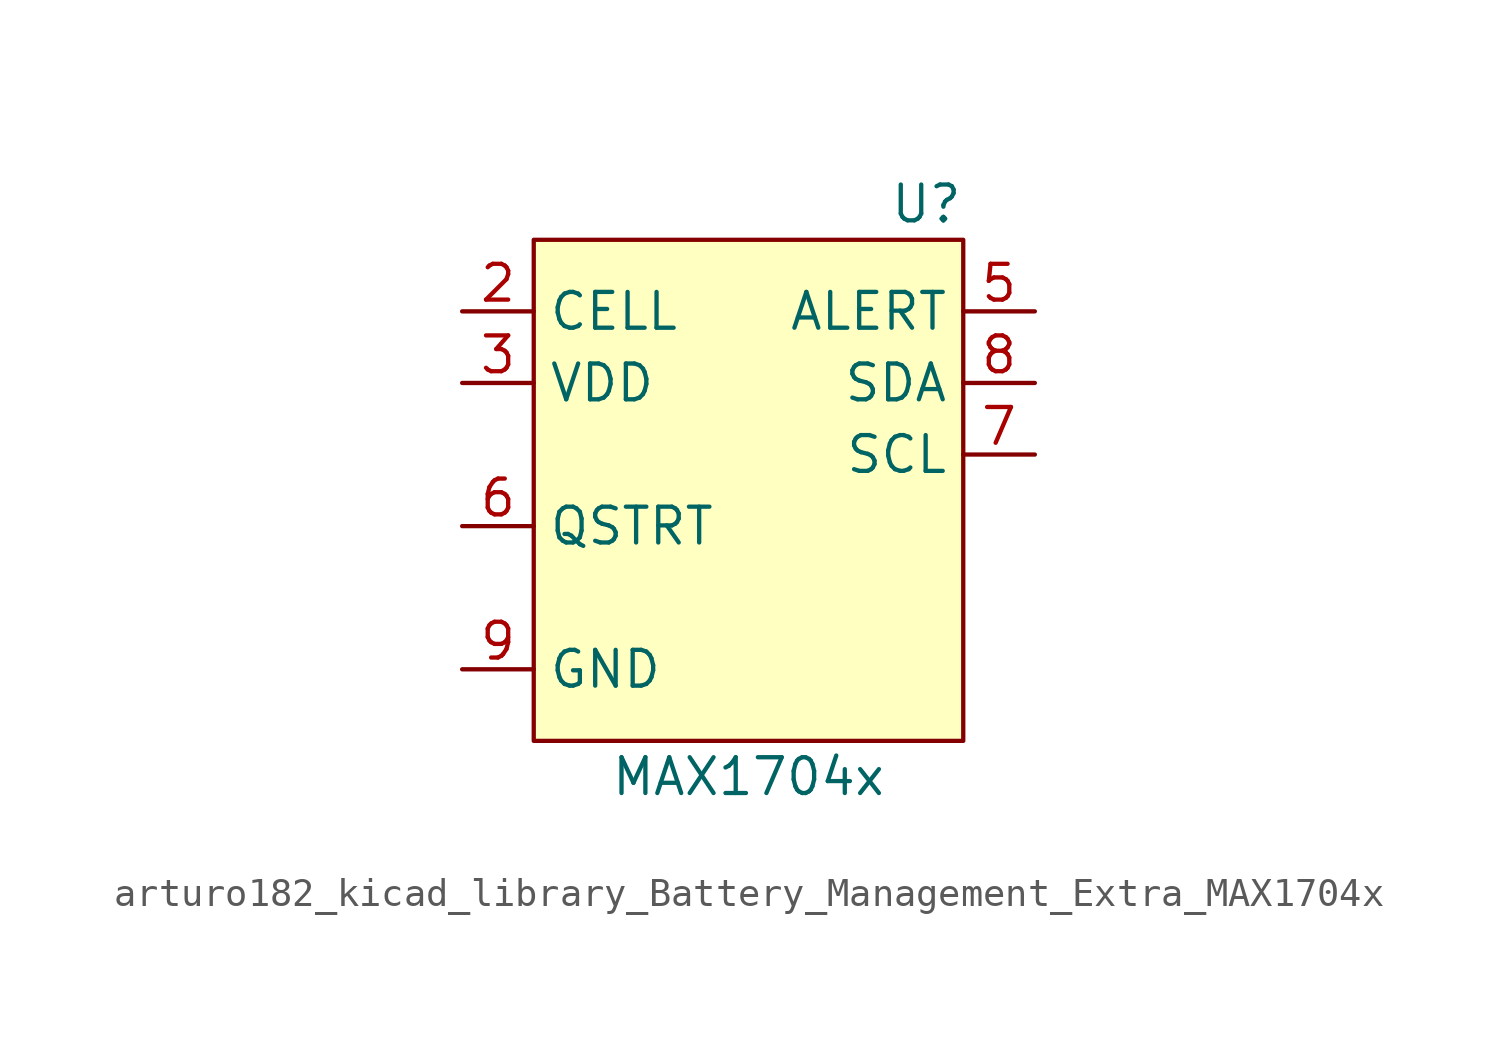
<source format=kicad_sym>
(kicad_symbol_lib
  (version 20220914)
  (generator kicad_symbol_editor)
  (symbol "arturo182_kicad_library_Battery_Management_Extra_MAX1704x"
    (property "Reference" "U"
      (at 7.62 11.43 0)
      (effects (font (size 1.27 1.27)) (justify right)))
    (property "Value" "MAX1704x"
      (at 0 -8.89 0)
      (effects (font (size 1.27 1.27))))
    (symbol "arturo182_kicad_library_Battery_Management_Extra_MAX1704x_0_0"
      (pin passive line (at -10.16 -5.08 0) (length 2.54) hide (name "GND" (effects (font (size 1.27 1.27)))) (number "1" (effects (font (size 1.27 1.27)))))
      (pin power_in line (at -10.16 7.62 0) (length 2.54) (name "CELL" (effects (font (size 1.27 1.27)))) (number "2" (effects (font (size 1.27 1.27)))))
      (pin power_in line (at -10.16 5.08 0) (length 2.54) (name "VDD" (effects (font (size 1.27 1.27)))) (number "3" (effects (font (size 1.27 1.27)))))
      (pin passive line (at -10.16 -5.08 0) (length 2.54) hide (name "GND" (effects (font (size 1.27 1.27)))) (number "4" (effects (font (size 1.27 1.27)))))
      (pin output line (at 10.16 7.62 180) (length 2.54) (name "ALERT" (effects (font (size 1.27 1.27)))) (number "5" (effects (font (size 1.27 1.27)))))
      (pin input line (at -10.16 0 0) (length 2.54) (name "QSTRT" (effects (font (size 1.27 1.27)))) (number "6" (effects (font (size 1.27 1.27)))))
      (pin input line (at 10.16 2.54 180) (length 2.54) (name "SCL" (effects (font (size 1.27 1.27)))) (number "7" (effects (font (size 1.27 1.27)))))
      (pin bidirectional line (at 10.16 5.08 180) (length 2.54) (name "SDA" (effects (font (size 1.27 1.27)))) (number "8" (effects (font (size 1.27 1.27)))))
      (pin power_in line (at -10.16 -5.08 0) (length 2.54) (name "GND" (effects (font (size 1.27 1.27)))) (number "9" (effects (font (size 1.27 1.27))))))
    (symbol "arturo182_kicad_library_Battery_Management_Extra_MAX1704x_0_1"
      (rectangle (start -7.62 10.16) (end 7.62 -7.62) (stroke (width 0.152) (type default) (color 0 0 0 0)) (fill (type background))))))
</source>
